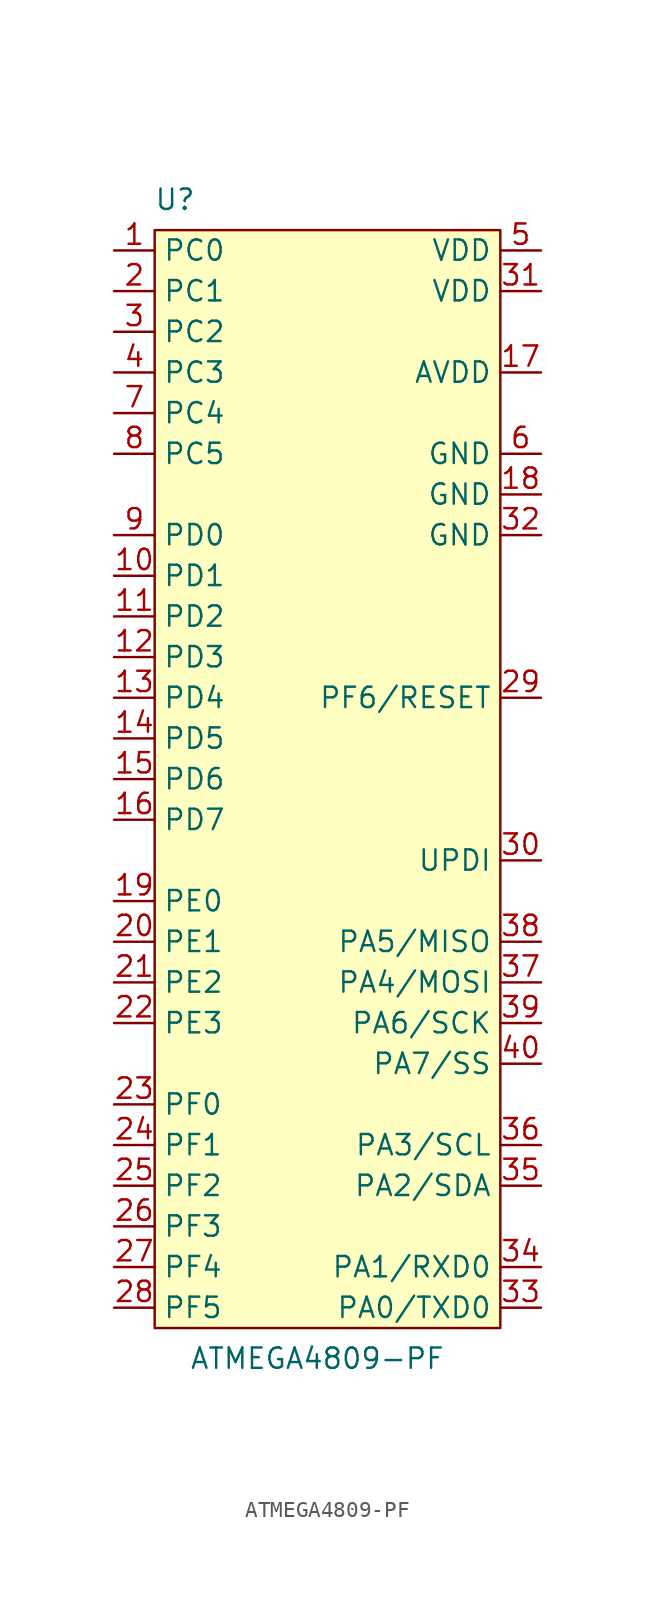
<source format=kicad_sym>
(kicad_symbol_lib
  (version 20220914)
  (generator kicad_symbol_editor)
  (symbol "ATMEGA4809-PF"
    (property "Reference" "U"
      (at 1.27 1.905 0)
      (effects (font (size 1.27 1.27))))
    (property "Value" "ATMEGA4809-PF"
      (at 10.16 -70.485 0)
      (effects (font (size 1.27 1.27))))
    (symbol "ATMEGA4809-PF_1_1"
      (rectangle (start 0 0) (end 21.59 -68.58) (stroke (width 0) (type default)) (fill (type background)))
      (pin bidirectional line (at -2.54 -1.27 0) (length 2.54) (name "PC0" (effects (font (size 1.27 1.27)))) (number "1" (effects (font (size 1.27 1.27)))))
      (pin bidirectional line (at -2.54 -21.59 0) (length 2.54) (name "PD1" (effects (font (size 1.27 1.27)))) (number "10" (effects (font (size 1.27 1.27)))))
      (pin bidirectional line (at -2.54 -24.13 0) (length 2.54) (name "PD2" (effects (font (size 1.27 1.27)))) (number "11" (effects (font (size 1.27 1.27)))))
      (pin bidirectional line (at -2.54 -26.67 0) (length 2.54) (name "PD3" (effects (font (size 1.27 1.27)))) (number "12" (effects (font (size 1.27 1.27)))))
      (pin bidirectional line (at -2.54 -29.21 0) (length 2.54) (name "PD4" (effects (font (size 1.27 1.27)))) (number "13" (effects (font (size 1.27 1.27)))))
      (pin bidirectional line (at -2.54 -31.75 0) (length 2.54) (name "PD5" (effects (font (size 1.27 1.27)))) (number "14" (effects (font (size 1.27 1.27)))))
      (pin bidirectional line (at -2.54 -34.29 0) (length 2.54) (name "PD6" (effects (font (size 1.27 1.27)))) (number "15" (effects (font (size 1.27 1.27)))))
      (pin bidirectional line (at -2.54 -36.83 0) (length 2.54) (name "PD7" (effects (font (size 1.27 1.27)))) (number "16" (effects (font (size 1.27 1.27)))))
      (pin power_in line (at 24.13 -8.89 180) (length 2.54) (name "AVDD" (effects (font (size 1.27 1.27)))) (number "17" (effects (font (size 1.27 1.27)))))
      (pin power_in line (at 24.13 -16.51 180) (length 2.54) (name "GND" (effects (font (size 1.27 1.27)))) (number "18" (effects (font (size 1.27 1.27)))))
      (pin bidirectional line (at -2.54 -41.91 0) (length 2.54) (name "PE0" (effects (font (size 1.27 1.27)))) (number "19" (effects (font (size 1.27 1.27)))))
      (pin bidirectional line (at -2.54 -3.81 0) (length 2.54) (name "PC1" (effects (font (size 1.27 1.27)))) (number "2" (effects (font (size 1.27 1.27)))))
      (pin bidirectional line (at -2.54 -44.45 0) (length 2.54) (name "PE1" (effects (font (size 1.27 1.27)))) (number "20" (effects (font (size 1.27 1.27)))))
      (pin bidirectional line (at -2.54 -46.99 0) (length 2.54) (name "PE2" (effects (font (size 1.27 1.27)))) (number "21" (effects (font (size 1.27 1.27)))))
      (pin bidirectional line (at -2.54 -49.53 0) (length 2.54) (name "PE3" (effects (font (size 1.27 1.27)))) (number "22" (effects (font (size 1.27 1.27)))))
      (pin bidirectional line (at -2.54 -54.61 0) (length 2.54) (name "PF0" (effects (font (size 1.27 1.27)))) (number "23" (effects (font (size 1.27 1.27)))))
      (pin bidirectional line (at -2.54 -57.15 0) (length 2.54) (name "PF1" (effects (font (size 1.27 1.27)))) (number "24" (effects (font (size 1.27 1.27)))))
      (pin bidirectional line (at -2.54 -59.69 0) (length 2.54) (name "PF2" (effects (font (size 1.27 1.27)))) (number "25" (effects (font (size 1.27 1.27)))))
      (pin bidirectional line (at -2.54 -62.23 0) (length 2.54) (name "PF3" (effects (font (size 1.27 1.27)))) (number "26" (effects (font (size 1.27 1.27)))))
      (pin bidirectional line (at -2.54 -64.77 0) (length 2.54) (name "PF4" (effects (font (size 1.27 1.27)))) (number "27" (effects (font (size 1.27 1.27)))))
      (pin bidirectional line (at -2.54 -67.31 0) (length 2.54) (name "PF5" (effects (font (size 1.27 1.27)))) (number "28" (effects (font (size 1.27 1.27)))))
      (pin bidirectional line (at 24.13 -29.21 180) (length 2.54) (name "PF6/RESET" (effects (font (size 1.27 1.27)))) (number "29" (effects (font (size 1.27 1.27)))))
      (pin bidirectional line (at -2.54 -6.35 0) (length 2.54) (name "PC2" (effects (font (size 1.27 1.27)))) (number "3" (effects (font (size 1.27 1.27)))))
      (pin bidirectional line (at 24.13 -39.37 180) (length 2.54) (name "UPDI" (effects (font (size 1.27 1.27)))) (number "30" (effects (font (size 1.27 1.27)))))
      (pin power_in line (at 24.13 -3.81 180) (length 2.54) (name "VDD" (effects (font (size 1.27 1.27)))) (number "31" (effects (font (size 1.27 1.27)))))
      (pin power_in line (at 24.13 -19.05 180) (length 2.54) (name "GND" (effects (font (size 1.27 1.27)))) (number "32" (effects (font (size 1.27 1.27)))))
      (pin bidirectional line (at 24.13 -67.31 180) (length 2.54) (name "PA0/TXD0" (effects (font (size 1.27 1.27)))) (number "33" (effects (font (size 1.27 1.27)))))
      (pin bidirectional line (at 24.13 -64.77 180) (length 2.54) (name "PA1/RXD0" (effects (font (size 1.27 1.27)))) (number "34" (effects (font (size 1.27 1.27)))))
      (pin bidirectional line (at 24.13 -59.69 180) (length 2.54) (name "PA2/SDA" (effects (font (size 1.27 1.27)))) (number "35" (effects (font (size 1.27 1.27)))))
      (pin bidirectional line (at 24.13 -57.15 180) (length 2.54) (name "PA3/SCL" (effects (font (size 1.27 1.27)))) (number "36" (effects (font (size 1.27 1.27)))))
      (pin bidirectional line (at 24.13 -46.99 180) (length 2.54) (name "PA4/MOSI" (effects (font (size 1.27 1.27)))) (number "37" (effects (font (size 1.27 1.27)))))
      (pin bidirectional line (at 24.13 -44.45 180) (length 2.54) (name "PA5/MISO" (effects (font (size 1.27 1.27)))) (number "38" (effects (font (size 1.27 1.27)))))
      (pin bidirectional line (at 24.13 -49.53 180) (length 2.54) (name "PA6/SCK" (effects (font (size 1.27 1.27)))) (number "39" (effects (font (size 1.27 1.27)))))
      (pin bidirectional line (at -2.54 -8.89 0) (length 2.54) (name "PC3" (effects (font (size 1.27 1.27)))) (number "4" (effects (font (size 1.27 1.27)))))
      (pin bidirectional line (at 24.13 -52.07 180) (length 2.54) (name "PA7/SS" (effects (font (size 1.27 1.27)))) (number "40" (effects (font (size 1.27 1.27)))))
      (pin power_in line (at 24.13 -1.27 180) (length 2.54) (name "VDD" (effects (font (size 1.27 1.27)))) (number "5" (effects (font (size 1.27 1.27)))))
      (pin power_in line (at 24.13 -13.97 180) (length 2.54) (name "GND" (effects (font (size 1.27 1.27)))) (number "6" (effects (font (size 1.27 1.27)))))
      (pin bidirectional line (at -2.54 -11.43 0) (length 2.54) (name "PC4" (effects (font (size 1.27 1.27)))) (number "7" (effects (font (size 1.27 1.27)))))
      (pin bidirectional line (at -2.54 -13.97 0) (length 2.54) (name "PC5" (effects (font (size 1.27 1.27)))) (number "8" (effects (font (size 1.27 1.27)))))
      (pin bidirectional line (at -2.54 -19.05 0) (length 2.54) (name "PD0" (effects (font (size 1.27 1.27)))) (number "9" (effects (font (size 1.27 1.27))))))))
</source>
